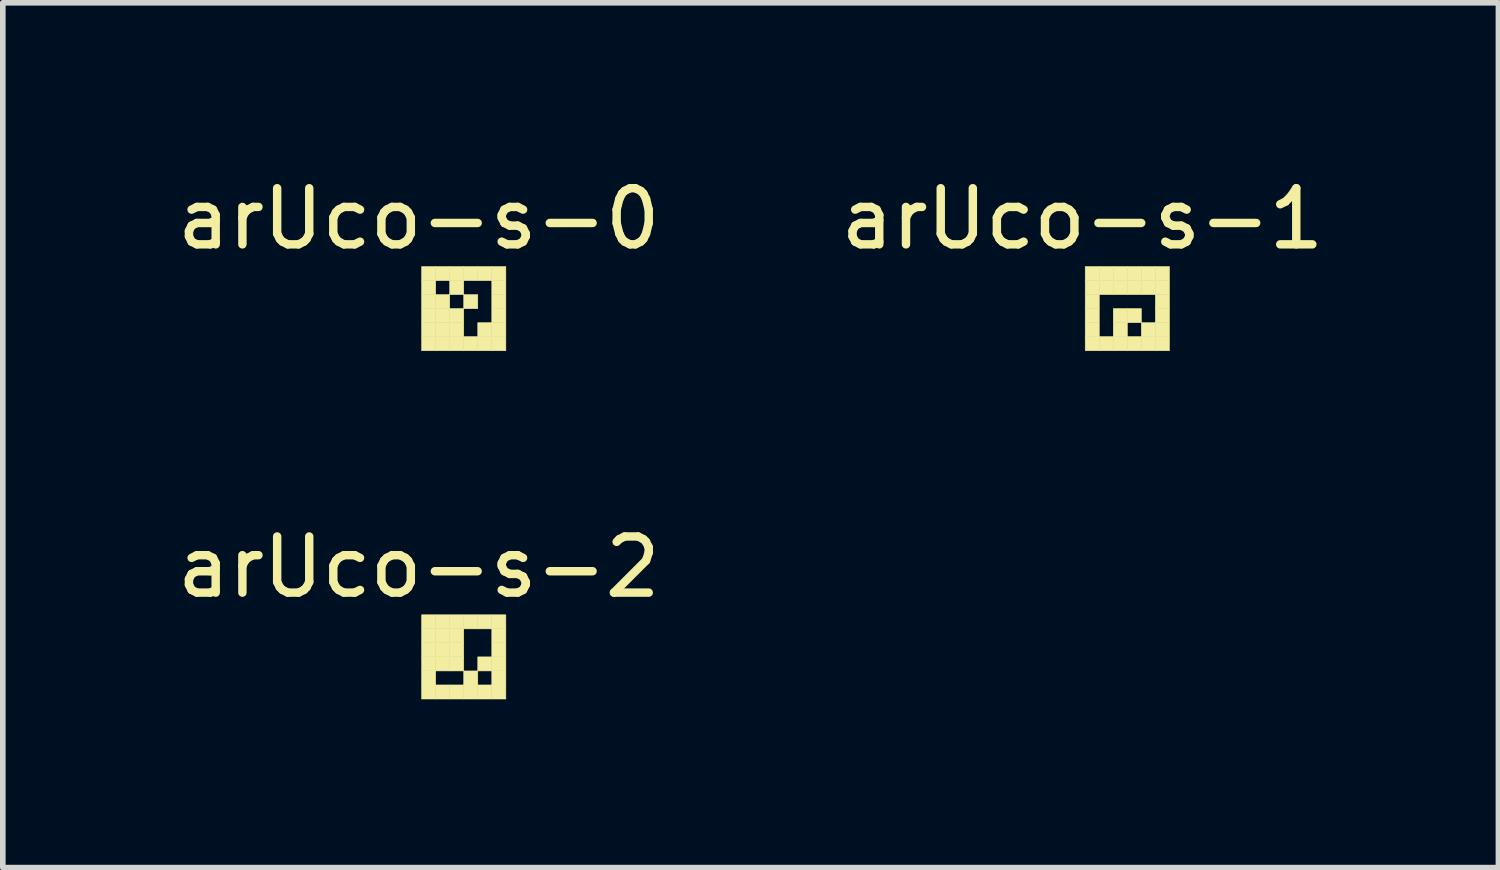
<source format=kicad_pcb>
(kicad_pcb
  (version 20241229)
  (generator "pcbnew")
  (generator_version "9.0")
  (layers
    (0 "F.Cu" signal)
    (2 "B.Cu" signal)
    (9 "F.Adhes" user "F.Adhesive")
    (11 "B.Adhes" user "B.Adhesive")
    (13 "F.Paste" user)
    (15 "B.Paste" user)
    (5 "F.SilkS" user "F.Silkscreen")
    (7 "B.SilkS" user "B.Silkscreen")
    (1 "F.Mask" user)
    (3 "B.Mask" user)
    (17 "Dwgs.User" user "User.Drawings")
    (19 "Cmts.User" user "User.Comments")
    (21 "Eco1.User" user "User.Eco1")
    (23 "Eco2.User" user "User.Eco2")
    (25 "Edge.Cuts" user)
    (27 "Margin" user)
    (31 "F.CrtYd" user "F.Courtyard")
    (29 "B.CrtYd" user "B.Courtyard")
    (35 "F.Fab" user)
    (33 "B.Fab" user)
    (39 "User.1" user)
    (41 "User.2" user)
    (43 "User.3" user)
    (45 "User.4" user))
  (footprint "arUco-s-0"
    (layer "F.Cu")
    (at 4.461 1.698)
    (property "Reference" "arUco-s-0" (at -0.05 -0.85 0) (unlocked yes) (layer "F.SilkS") (effects (font (size 1 1) (thickness 0.15))))
    (attr through_hole)
    (fp_poly (pts (xy 0 0) (xy 0.25 0) (xy 0.25 0.25) (xy 0 0.25)) (stroke (width 0.01) (type solid)) (fill yes) (layer "F.SilkS"))
    (fp_poly (pts (xy 0 0.25) (xy 0.25 0.25) (xy 0.25 0.5) (xy 0 0.5)) (stroke (width 0.01) (type solid)) (fill yes) (layer "F.SilkS"))
    (fp_poly (pts (xy 0 0.5) (xy 0.25 0.5) (xy 0.25 0.75) (xy 0 0.75)) (stroke (width 0.01) (type solid)) (fill yes) (layer "F.SilkS"))
    (fp_poly (pts (xy 0 0.75) (xy 0.25 0.75) (xy 0.25 1) (xy 0 1)) (stroke (width 0.01) (type solid)) (fill yes) (layer "F.SilkS"))
    (fp_poly (pts (xy 0 1) (xy 0.25 1) (xy 0.25 1.25) (xy 0 1.25)) (stroke (width 0.01) (type solid)) (fill yes) (layer "F.SilkS"))
    (fp_poly (pts (xy 0 1.25) (xy 0.25 1.25) (xy 0.25 1.5) (xy 0 1.5)) (stroke (width 0.01) (type solid)) (fill yes) (layer "F.SilkS"))
    (fp_poly (pts (xy 0.25 0) (xy 0.5 0) (xy 0.5 0.25) (xy 0.25 0.25)) (stroke (width 0.01) (type solid)) (fill yes) (layer "F.SilkS"))
    (fp_poly (pts (xy 0.25 0.5) (xy 0.5 0.5) (xy 0.5 0.75) (xy 0.25 0.75)) (stroke (width 0.01) (type solid)) (fill yes) (layer "F.SilkS"))
    (fp_poly (pts (xy 0.25 0.75) (xy 0.5 0.75) (xy 0.5 1) (xy 0.25 1)) (stroke (width 0.01) (type solid)) (fill yes) (layer "F.SilkS"))
    (fp_poly (pts (xy 0.25 1) (xy 0.5 1) (xy 0.5 1.25) (xy 0.25 1.25)) (stroke (width 0.01) (type solid)) (fill yes) (layer "F.SilkS"))
    (fp_poly (pts (xy 0.25 1.25) (xy 0.5 1.25) (xy 0.5 1.5) (xy 0.25 1.5)) (stroke (width 0.01) (type solid)) (fill yes) (layer "F.SilkS"))
    (fp_poly (pts (xy 0.5 0) (xy 0.75 0) (xy 0.75 0.25) (xy 0.5 0.25)) (stroke (width 0.01) (type solid)) (fill yes) (layer "F.SilkS"))
    (fp_poly (pts (xy 0.5 0.25) (xy 0.75 0.25) (xy 0.75 0.5) (xy 0.5 0.5)) (stroke (width 0.01) (type solid)) (fill yes) (layer "F.SilkS"))
    (fp_poly (pts (xy 0.5 0.75) (xy 0.75 0.75) (xy 0.75 1) (xy 0.5 1)) (stroke (width 0.01) (type solid)) (fill yes) (layer "F.SilkS"))
    (fp_poly (pts (xy 0.5 1) (xy 0.75 1) (xy 0.75 1.25) (xy 0.5 1.25)) (stroke (width 0.01) (type solid)) (fill yes) (layer "F.SilkS"))
    (fp_poly (pts (xy 0.5 1.25) (xy 0.75 1.25) (xy 0.75 1.5) (xy 0.5 1.5)) (stroke (width 0.01) (type solid)) (fill yes) (layer "F.SilkS"))
    (fp_poly (pts (xy 0.75 0) (xy 1 0) (xy 1 0.25) (xy 0.75 0.25)) (stroke (width 0.01) (type solid)) (fill yes) (layer "F.SilkS"))
    (fp_poly (pts (xy 0.75 0.5) (xy 1 0.5) (xy 1 0.75) (xy 0.75 0.75)) (stroke (width 0.01) (type solid)) (fill yes) (layer "F.SilkS"))
    (fp_poly (pts (xy 0.75 1.25) (xy 1 1.25) (xy 1 1.5) (xy 0.75 1.5)) (stroke (width 0.01) (type solid)) (fill yes) (layer "F.SilkS"))
    (fp_poly (pts (xy 1 0) (xy 1.25 0) (xy 1.25 0.25) (xy 1 0.25)) (stroke (width 0.01) (type solid)) (fill yes) (layer "F.SilkS"))
    (fp_poly (pts (xy 1 1) (xy 1.25 1) (xy 1.25 1.25) (xy 1 1.25)) (stroke (width 0.01) (type solid)) (fill yes) (layer "F.SilkS"))
    (fp_poly (pts (xy 1 1.25) (xy 1.25 1.25) (xy 1.25 1.5) (xy 1 1.5)) (stroke (width 0.01) (type solid)) (fill yes) (layer "F.SilkS"))
    (fp_poly (pts (xy 1.25 0) (xy 1.5 0) (xy 1.5 0.25) (xy 1.25 0.25)) (stroke (width 0.01) (type solid)) (fill yes) (layer "F.SilkS"))
    (fp_poly (pts (xy 1.25 0.25) (xy 1.5 0.25) (xy 1.5 0.5) (xy 1.25 0.5)) (stroke (width 0.01) (type solid)) (fill yes) (layer "F.SilkS"))
    (fp_poly (pts (xy 1.25 0.5) (xy 1.5 0.5) (xy 1.5 0.75) (xy 1.25 0.75)) (stroke (width 0.01) (type solid)) (fill yes) (layer "F.SilkS"))
    (fp_poly (pts (xy 1.25 0.75) (xy 1.5 0.75) (xy 1.5 1) (xy 1.25 1)) (stroke (width 0.01) (type solid)) (fill yes) (layer "F.SilkS"))
    (fp_poly (pts (xy 1.25 1) (xy 1.5 1) (xy 1.5 1.25) (xy 1.25 1.25)) (stroke (width 0.01) (type solid)) (fill yes) (layer "F.SilkS"))
    (fp_poly (pts (xy 1.25 1.25) (xy 1.5 1.25) (xy 1.5 1.5) (xy 1.25 1.5)) (stroke (width 0.01) (type solid)) (fill yes) (layer "F.SilkS")))
  (footprint "arUco-s-2"
    (layer "F.Cu")
    (at 4.461 7.902)
    (property "Reference" "arUco-s-2" (at -0.05 -0.85 0) (unlocked yes) (layer "F.SilkS") (effects (font (size 1 1) (thickness 0.15))))
    (attr through_hole)
    (fp_poly (pts (xy 0 0) (xy 0.25 0) (xy 0.25 0.25) (xy 0 0.25)) (stroke (width 0.01) (type solid)) (fill yes) (layer "F.SilkS"))
    (fp_poly (pts (xy 0 0.25) (xy 0.25 0.25) (xy 0.25 0.5) (xy 0 0.5)) (stroke (width 0.01) (type solid)) (fill yes) (layer "F.SilkS"))
    (fp_poly (pts (xy 0 0.5) (xy 0.25 0.5) (xy 0.25 0.75) (xy 0 0.75)) (stroke (width 0.01) (type solid)) (fill yes) (layer "F.SilkS"))
    (fp_poly (pts (xy 0 0.75) (xy 0.25 0.75) (xy 0.25 1) (xy 0 1)) (stroke (width 0.01) (type solid)) (fill yes) (layer "F.SilkS"))
    (fp_poly (pts (xy 0 1) (xy 0.25 1) (xy 0.25 1.25) (xy 0 1.25)) (stroke (width 0.01) (type solid)) (fill yes) (layer "F.SilkS"))
    (fp_poly (pts (xy 0 1.25) (xy 0.25 1.25) (xy 0.25 1.5) (xy 0 1.5)) (stroke (width 0.01) (type solid)) (fill yes) (layer "F.SilkS"))
    (fp_poly (pts (xy 0.25 0) (xy 0.5 0) (xy 0.5 0.25) (xy 0.25 0.25)) (stroke (width 0.01) (type solid)) (fill yes) (layer "F.SilkS"))
    (fp_poly (pts (xy 0.25 0.25) (xy 0.5 0.25) (xy 0.5 0.5) (xy 0.25 0.5)) (stroke (width 0.01) (type solid)) (fill yes) (layer "F.SilkS"))
    (fp_poly (pts (xy 0.25 0.5) (xy 0.5 0.5) (xy 0.5 0.75) (xy 0.25 0.75)) (stroke (width 0.01) (type solid)) (fill yes) (layer "F.SilkS"))
    (fp_poly (pts (xy 0.25 0.75) (xy 0.5 0.75) (xy 0.5 1) (xy 0.25 1)) (stroke (width 0.01) (type solid)) (fill yes) (layer "F.SilkS"))
    (fp_poly (pts (xy 0.25 1.25) (xy 0.5 1.25) (xy 0.5 1.5) (xy 0.25 1.5)) (stroke (width 0.01) (type solid)) (fill yes) (layer "F.SilkS"))
    (fp_poly (pts (xy 0.5 0) (xy 0.75 0) (xy 0.75 0.25) (xy 0.5 0.25)) (stroke (width 0.01) (type solid)) (fill yes) (layer "F.SilkS"))
    (fp_poly (pts (xy 0.5 0.25) (xy 0.75 0.25) (xy 0.75 0.5) (xy 0.5 0.5)) (stroke (width 0.01) (type solid)) (fill yes) (layer "F.SilkS"))
    (fp_poly (pts (xy 0.5 0.5) (xy 0.75 0.5) (xy 0.75 0.75) (xy 0.5 0.75)) (stroke (width 0.01) (type solid)) (fill yes) (layer "F.SilkS"))
    (fp_poly (pts (xy 0.5 0.75) (xy 0.75 0.75) (xy 0.75 1) (xy 0.5 1)) (stroke (width 0.01) (type solid)) (fill yes) (layer "F.SilkS"))
    (fp_poly (pts (xy 0.5 1.25) (xy 0.75 1.25) (xy 0.75 1.5) (xy 0.5 1.5)) (stroke (width 0.01) (type solid)) (fill yes) (layer "F.SilkS"))
    (fp_poly (pts (xy 0.75 0) (xy 1 0) (xy 1 0.25) (xy 0.75 0.25)) (stroke (width 0.01) (type solid)) (fill yes) (layer "F.SilkS"))
    (fp_poly (pts (xy 0.75 1) (xy 1 1) (xy 1 1.25) (xy 0.75 1.25)) (stroke (width 0.01) (type solid)) (fill yes) (layer "F.SilkS"))
    (fp_poly (pts (xy 0.75 1.25) (xy 1 1.25) (xy 1 1.5) (xy 0.75 1.5)) (stroke (width 0.01) (type solid)) (fill yes) (layer "F.SilkS"))
    (fp_poly (pts (xy 1 0) (xy 1.25 0) (xy 1.25 0.25) (xy 1 0.25)) (stroke (width 0.01) (type solid)) (fill yes) (layer "F.SilkS"))
    (fp_poly (pts (xy 1 0.75) (xy 1.25 0.75) (xy 1.25 1) (xy 1 1)) (stroke (width 0.01) (type solid)) (fill yes) (layer "F.SilkS"))
    (fp_poly (pts (xy 1 1.25) (xy 1.25 1.25) (xy 1.25 1.5) (xy 1 1.5)) (stroke (width 0.01) (type solid)) (fill yes) (layer "F.SilkS"))
    (fp_poly (pts (xy 1.25 0) (xy 1.5 0) (xy 1.5 0.25) (xy 1.25 0.25)) (stroke (width 0.01) (type solid)) (fill yes) (layer "F.SilkS"))
    (fp_poly (pts (xy 1.25 0.25) (xy 1.5 0.25) (xy 1.5 0.5) (xy 1.25 0.5)) (stroke (width 0.01) (type solid)) (fill yes) (layer "F.SilkS"))
    (fp_poly (pts (xy 1.25 0.5) (xy 1.5 0.5) (xy 1.5 0.75) (xy 1.25 0.75)) (stroke (width 0.01) (type solid)) (fill yes) (layer "F.SilkS"))
    (fp_poly (pts (xy 1.25 0.75) (xy 1.5 0.75) (xy 1.5 1) (xy 1.25 1)) (stroke (width 0.01) (type solid)) (fill yes) (layer "F.SilkS"))
    (fp_poly (pts (xy 1.25 1) (xy 1.5 1) (xy 1.5 1.25) (xy 1.25 1.25)) (stroke (width 0.01) (type solid)) (fill yes) (layer "F.SilkS"))
    (fp_poly (pts (xy 1.25 1.25) (xy 1.5 1.25) (xy 1.5 1.5) (xy 1.25 1.5)) (stroke (width 0.01) (type solid)) (fill yes) (layer "F.SilkS")))
  (footprint "arUco-s-1"
    (layer "F.Cu")
    (at 16.282 1.698)
    (property "Reference" "arUco-s-1" (at -0.05 -0.85 0) (unlocked yes) (layer "F.SilkS") (effects (font (size 1 1) (thickness 0.15))))
    (attr through_hole)
    (fp_poly (pts (xy 0 0) (xy 0.25 0) (xy 0.25 0.25) (xy 0 0.25)) (stroke (width 0.01) (type solid)) (fill yes) (layer "F.SilkS"))
    (fp_poly (pts (xy 0 0.25) (xy 0.25 0.25) (xy 0.25 0.5) (xy 0 0.5)) (stroke (width 0.01) (type solid)) (fill yes) (layer "F.SilkS"))
    (fp_poly (pts (xy 0 0.5) (xy 0.25 0.5) (xy 0.25 0.75) (xy 0 0.75)) (stroke (width 0.01) (type solid)) (fill yes) (layer "F.SilkS"))
    (fp_poly (pts (xy 0 0.75) (xy 0.25 0.75) (xy 0.25 1) (xy 0 1)) (stroke (width 0.01) (type solid)) (fill yes) (layer "F.SilkS"))
    (fp_poly (pts (xy 0 1) (xy 0.25 1) (xy 0.25 1.25) (xy 0 1.25)) (stroke (width 0.01) (type solid)) (fill yes) (layer "F.SilkS"))
    (fp_poly (pts (xy 0 1.25) (xy 0.25 1.25) (xy 0.25 1.5) (xy 0 1.5)) (stroke (width 0.01) (type solid)) (fill yes) (layer "F.SilkS"))
    (fp_poly (pts (xy 0.25 0) (xy 0.5 0) (xy 0.5 0.25) (xy 0.25 0.25)) (stroke (width 0.01) (type solid)) (fill yes) (layer "F.SilkS"))
    (fp_poly (pts (xy 0.25 0.25) (xy 0.5 0.25) (xy 0.5 0.5) (xy 0.25 0.5)) (stroke (width 0.01) (type solid)) (fill yes) (layer "F.SilkS"))
    (fp_poly (pts (xy 0.25 1.25) (xy 0.5 1.25) (xy 0.5 1.5) (xy 0.25 1.5)) (stroke (width 0.01) (type solid)) (fill yes) (layer "F.SilkS"))
    (fp_poly (pts (xy 0.5 0) (xy 0.75 0) (xy 0.75 0.25) (xy 0.5 0.25)) (stroke (width 0.01) (type solid)) (fill yes) (layer "F.SilkS"))
    (fp_poly (pts (xy 0.5 0.25) (xy 0.75 0.25) (xy 0.75 0.5) (xy 0.5 0.5)) (stroke (width 0.01) (type solid)) (fill yes) (layer "F.SilkS"))
    (fp_poly (pts (xy 0.5 0.75) (xy 0.75 0.75) (xy 0.75 1) (xy 0.5 1)) (stroke (width 0.01) (type solid)) (fill yes) (layer "F.SilkS"))
    (fp_poly (pts (xy 0.5 1) (xy 0.75 1) (xy 0.75 1.25) (xy 0.5 1.25)) (stroke (width 0.01) (type solid)) (fill yes) (layer "F.SilkS"))
    (fp_poly (pts (xy 0.5 1.25) (xy 0.75 1.25) (xy 0.75 1.5) (xy 0.5 1.5)) (stroke (width 0.01) (type solid)) (fill yes) (layer "F.SilkS"))
    (fp_poly (pts (xy 0.75 0) (xy 1 0) (xy 1 0.25) (xy 0.75 0.25)) (stroke (width 0.01) (type solid)) (fill yes) (layer "F.SilkS"))
    (fp_poly (pts (xy 0.75 0.25) (xy 1 0.25) (xy 1 0.5) (xy 0.75 0.5)) (stroke (width 0.01) (type solid)) (fill yes) (layer "F.SilkS"))
    (fp_poly (pts (xy 0.75 0.75) (xy 1 0.75) (xy 1 1) (xy 0.75 1)) (stroke (width 0.01) (type solid)) (fill yes) (layer "F.SilkS"))
    (fp_poly (pts (xy 0.75 1.25) (xy 1 1.25) (xy 1 1.5) (xy 0.75 1.5)) (stroke (width 0.01) (type solid)) (fill yes) (layer "F.SilkS"))
    (fp_poly (pts (xy 1 0) (xy 1.25 0) (xy 1.25 0.25) (xy 1 0.25)) (stroke (width 0.01) (type solid)) (fill yes) (layer "F.SilkS"))
    (fp_poly (pts (xy 1 0.25) (xy 1.25 0.25) (xy 1.25 0.5) (xy 1 0.5)) (stroke (width 0.01) (type solid)) (fill yes) (layer "F.SilkS"))
    (fp_poly (pts (xy 1 1) (xy 1.25 1) (xy 1.25 1.25) (xy 1 1.25)) (stroke (width 0.01) (type solid)) (fill yes) (layer "F.SilkS"))
    (fp_poly (pts (xy 1 1.25) (xy 1.25 1.25) (xy 1.25 1.5) (xy 1 1.5)) (stroke (width 0.01) (type solid)) (fill yes) (layer "F.SilkS"))
    (fp_poly (pts (xy 1.25 0) (xy 1.5 0) (xy 1.5 0.25) (xy 1.25 0.25)) (stroke (width 0.01) (type solid)) (fill yes) (layer "F.SilkS"))
    (fp_poly (pts (xy 1.25 0.25) (xy 1.5 0.25) (xy 1.5 0.5) (xy 1.25 0.5)) (stroke (width 0.01) (type solid)) (fill yes) (layer "F.SilkS"))
    (fp_poly (pts (xy 1.25 0.5) (xy 1.5 0.5) (xy 1.5 0.75) (xy 1.25 0.75)) (stroke (width 0.01) (type solid)) (fill yes) (layer "F.SilkS"))
    (fp_poly (pts (xy 1.25 0.75) (xy 1.5 0.75) (xy 1.5 1) (xy 1.25 1)) (stroke (width 0.01) (type solid)) (fill yes) (layer "F.SilkS"))
    (fp_poly (pts (xy 1.25 1) (xy 1.5 1) (xy 1.5 1.25) (xy 1.25 1.25)) (stroke (width 0.01) (type solid)) (fill yes) (layer "F.SilkS"))
    (fp_poly (pts (xy 1.25 1.25) (xy 1.5 1.25) (xy 1.5 1.5) (xy 1.25 1.5)) (stroke (width 0.01) (type solid)) (fill yes) (layer "F.SilkS")))
  (gr_rect
    (start -3 -3)
    (end 23.643 12.406)
    (stroke (width 0.1) (type default))
    (fill no)
    (layer "Edge.Cuts")))
</source>
